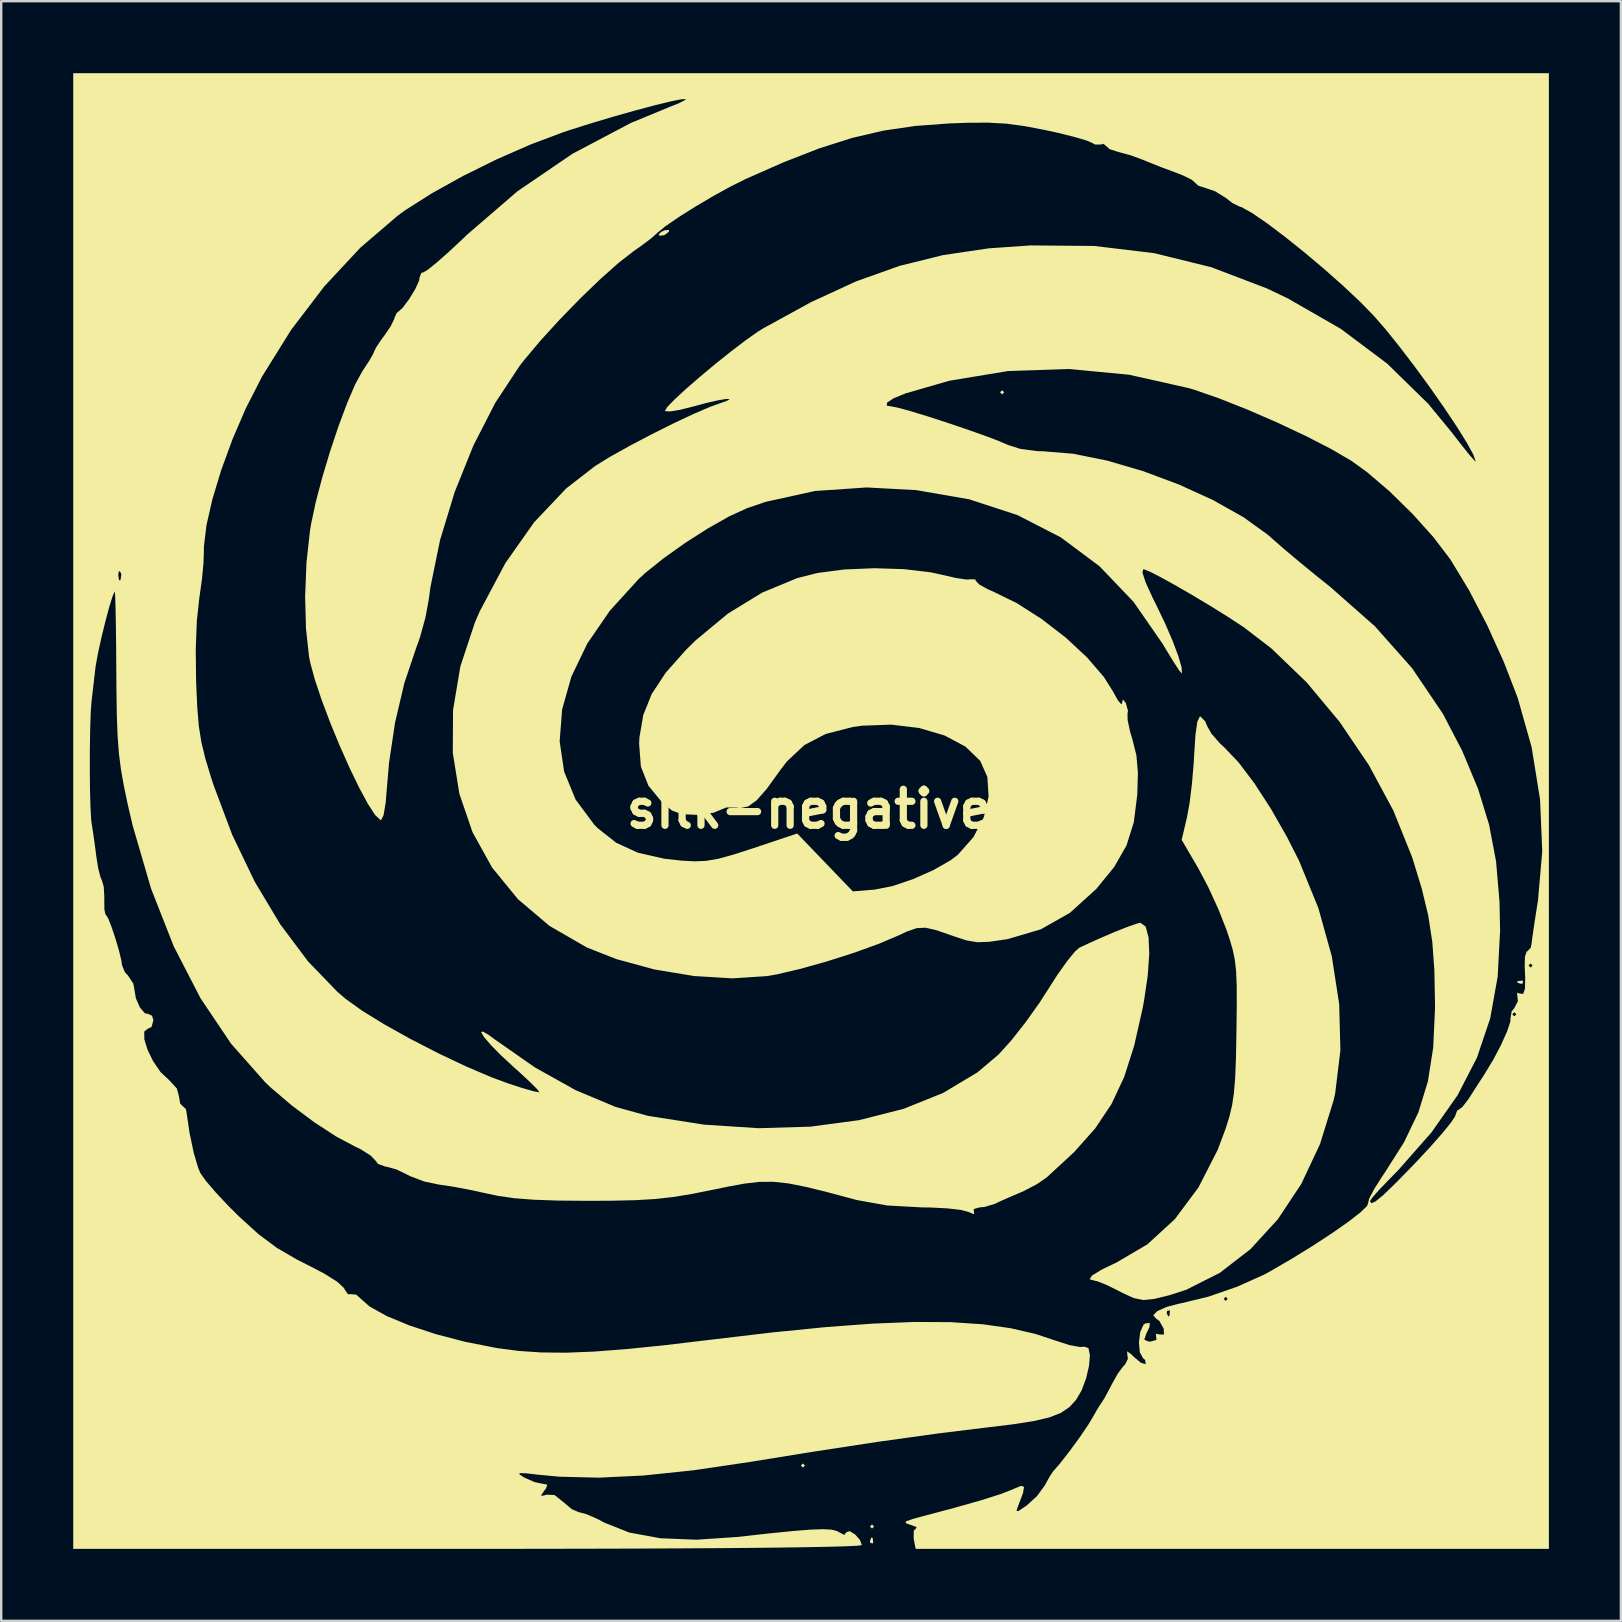
<source format=kicad_pcb>
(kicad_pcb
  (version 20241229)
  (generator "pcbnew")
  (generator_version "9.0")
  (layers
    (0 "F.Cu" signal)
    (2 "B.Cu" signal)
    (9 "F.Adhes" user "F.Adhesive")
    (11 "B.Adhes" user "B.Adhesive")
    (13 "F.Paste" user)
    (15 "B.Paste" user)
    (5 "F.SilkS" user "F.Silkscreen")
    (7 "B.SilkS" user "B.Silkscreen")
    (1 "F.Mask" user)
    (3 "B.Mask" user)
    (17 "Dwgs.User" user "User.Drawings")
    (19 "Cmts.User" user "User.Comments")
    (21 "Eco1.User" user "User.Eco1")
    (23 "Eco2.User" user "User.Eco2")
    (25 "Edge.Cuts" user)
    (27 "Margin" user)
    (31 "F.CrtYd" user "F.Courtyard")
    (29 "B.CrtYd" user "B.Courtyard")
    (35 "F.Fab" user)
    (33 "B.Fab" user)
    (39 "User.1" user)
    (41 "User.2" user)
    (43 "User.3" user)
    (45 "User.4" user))
  (footprint "silk-negative"
    (layer "F.Cu")
    (at 30.649 30.649)
    (property "Reference" "silk-negative" (at 0 0 0) (layer "F.SilkS") (effects (font (size 1.5 1.5) (thickness 0.3))))
    (attr board_only exclude_from_pos_files exclude_from_bom)
    (fp_poly (pts (xy -0.169 27.347) (xy -0.254 27.432) (xy -0.339 27.347) (xy -0.254 27.263)) (stroke (width 0) (type solid)) (fill yes) (layer "F.SilkS"))
    (fp_poly (pts (xy 2.709 29.887) (xy 2.625 29.972) (xy 2.54 29.887) (xy 2.625 29.803)) (stroke (width 0) (type solid)) (fill yes) (layer "F.SilkS"))
    (fp_poly (pts (xy 8.128 -17.357) (xy 8.043 -17.272) (xy 7.959 -17.357) (xy 8.043 -17.441)) (stroke (width 0) (type solid)) (fill yes) (layer "F.SilkS"))
    (fp_poly (pts (xy 2.653 30.367) (xy 2.673 30.568) (xy 2.653 30.593) (xy 2.552 30.57) (xy 2.54 30.48) (xy 2.602 30.341)) (stroke (width 0) (type solid)) (fill yes) (layer "F.SilkS"))
    (fp_poly (pts (xy 29.746 7.168) (xy 29.723 7.269) (xy 29.633 7.281) (xy 29.494 7.219) (xy 29.52 7.168) (xy 29.721 7.148)) (stroke (width 0) (type solid)) (fill yes) (layer "F.SilkS"))
    (fp_poly (pts (xy -5.843 -24.043) (xy -6.024 -23.903) (xy -6.218 -23.879) (xy -6.265 -23.943) (xy -6.133 -24.051) (xy -6.003 -24.11) (xy -5.828 -24.122)) (stroke (width 0) (type solid)) (fill yes) (layer "F.SilkS"))
    (fp_poly (pts (xy 16.505 -3.649) (xy 16.59 -3.445) (xy 16.766 -3.136) (xy 17.112 -2.74) (xy 17.313 -2.552) (xy 17.896 -1.939) (xy 18.552 -1.071) (xy 19.239 -0.012) (xy 19.915 1.174) (xy 20.415 2.162) (xy 21.217 4.125) (xy 21.776 6.132) (xy 22.084 8.126) (xy 22.135 10.048) (xy 21.918 11.842) (xy 21.855 12.124) (xy 21.287 13.955) (xy 20.503 15.621) (xy 19.529 17.09) (xy 18.389 18.334) (xy 17.11 19.322) (xy 15.716 20.025) (xy 15.011 20.253) (xy 14.373 20.409) (xy 13.926 20.453) (xy 13.534 20.375) (xy 13.065 20.161) (xy 12.869 20.058) (xy 12.39 19.823) (xy 12.015 19.674) (xy 11.896 19.647) (xy 11.688 19.588) (xy 11.794 19.429) (xy 12.205 19.179) (xy 12.807 18.891) (xy 14.097 18.132) (xy 15.242 17.081) (xy 16.224 15.761) (xy 17.025 14.195) (xy 17.35 13.327) (xy 17.508 12.822) (xy 17.623 12.345) (xy 17.701 11.822) (xy 17.753 11.182) (xy 17.785 10.351) (xy 17.805 9.256) (xy 17.806 9.22) (xy 17.818 8.154) (xy 17.815 7.356) (xy 17.79 6.752) (xy 17.736 6.272) (xy 17.645 5.843) (xy 17.511 5.393) (xy 17.382 5.012) (xy 17.051 4.17) (xy 16.631 3.255) (xy 16.221 2.48) (xy 15.523 1.285) (xy 15.745 0.346) (xy 15.853 -0.255) (xy 15.952 -1.057) (xy 16.025 -1.92) (xy 16.043 -2.252) (xy 16.099 -3.108) (xy 16.176 -3.636) (xy 16.275 -3.846) (xy 16.31 -3.849)) (stroke (width 0) (type solid)) (fill yes) (layer "F.SilkS"))
    (fp_poly (pts (xy 30.819 0.085) (xy 30.819 30.819) (xy 17.63 30.819) (xy 4.442 30.819) (xy 4.361 30.395) (xy 4.363 30.067) (xy 4.468 29.955) (xy 4.474 29.907) (xy 4.233 29.82) (xy 4.023 29.743) (xy 4.049 29.668) (xy 4.346 29.565) (xy 4.657 29.482) (xy 6.083 29.102) (xy 7.189 28.788) (xy 7.988 28.534) (xy 8.492 28.338) (xy 8.533 28.318) (xy 8.834 28.193) (xy 8.957 28.235) (xy 8.915 28.492) (xy 8.719 29.008) (xy 8.709 29.032) (xy 8.641 29.234) (xy 8.717 29.245) (xy 8.997 29.061) (xy 9.077 29.004) (xy 9.5 28.615) (xy 9.822 28.175) (xy 9.827 28.166) (xy 10.025 27.806) (xy 10.158 27.603) (xy 10.16 27.601) (xy 10.457 27.26) (xy 10.856 26.747) (xy 11.273 26.176) (xy 11.624 25.66) (xy 11.781 25.4) (xy 12.009 25.003) (xy 12.169 24.751) (xy 12.192 24.723) (xy 12.313 24.531) (xy 12.519 24.149) (xy 12.614 23.961) (xy 12.864 23.517) (xy 13.093 23.208) (xy 13.157 23.152) (xy 13.283 22.904) (xy 13.261 22.729) (xy 13.248 22.589) (xy 13.413 22.704) (xy 13.539 22.829) (xy 13.827 23.068) (xy 14.016 23.122) (xy 14.024 23.116) (xy 14.003 22.953) (xy 13.916 22.879) (xy 13.779 22.63) (xy 13.743 22.215) (xy 13.798 21.783) (xy 13.935 21.48) (xy 14.004 21.431) (xy 14.195 21.405) (xy 14.18 21.583) (xy 14.049 21.855) (xy 13.965 22.105) (xy 14.14 22.181) (xy 14.228 22.183) (xy 14.474 22.115) (xy 14.46 21.985) (xy 14.452 21.856) (xy 14.6 21.887) (xy 14.787 21.892) (xy 14.774 21.648) (xy 14.774 21.648) (xy 14.595 21.326) (xy 14.447 21.216) (xy 14.341 21.085) (xy 14.427 20.997) (xy 14.901 20.997) (xy 14.963 21.137) (xy 15.014 21.11) (xy 15.034 20.909) (xy 15.014 20.884) (xy 14.914 20.908) (xy 14.901 20.997) (xy 14.427 20.997) (xy 14.507 20.916) (xy 14.887 20.743) (xy 15.421 20.603) (xy 15.494 20.59) (xy 16.261 20.405) (xy 17.272 20.405) (xy 17.357 20.489) (xy 17.441 20.405) (xy 17.357 20.32) (xy 17.272 20.405) (xy 16.261 20.405) (xy 16.624 20.317) (xy 17.839 19.897) (xy 18.958 19.394) (xy 19.221 19.252) (xy 20.14 18.716) (xy 21.018 18.173) (xy 21.812 17.652) (xy 22.478 17.185) (xy 22.971 16.802) (xy 23.247 16.535) (xy 23.285 16.429) (xy 23.333 16.23) (xy 23.54 15.835) (xy 23.866 15.32) (xy 23.96 15.183) (xy 24.786 13.882) (xy 25.384 12.634) (xy 25.779 11.349) (xy 26.001 9.936) (xy 26.076 8.304) (xy 26.076 8.135) (xy 26.05 6.726) (xy 25.963 5.534) (xy 25.794 4.439) (xy 25.526 3.322) (xy 25.141 2.064) (xy 25.115 1.988) (xy 24.341 0.065) (xy 23.32 -1.83) (xy 22.101 -3.631) (xy 20.731 -5.273) (xy 19.258 -6.691) (xy 18.118 -7.566) (xy 17.503 -7.971) (xy 16.79 -8.416) (xy 16.042 -8.866) (xy 15.32 -9.285) (xy 14.688 -9.635) (xy 14.209 -9.882) (xy 13.944 -9.989) (xy 13.927 -9.991) (xy 13.888 -9.85) (xy 14.022 -9.441) (xy 14.323 -8.781) (xy 14.459 -8.509) (xy 14.83 -7.738) (xy 15.147 -7.001) (xy 15.386 -6.365) (xy 15.522 -5.895) (xy 15.532 -5.656) (xy 15.526 -5.648) (xy 15.427 -5.763) (xy 15.2 -6.108) (xy 14.886 -6.619) (xy 14.731 -6.879) (xy 13.518 -8.63) (xy 12.105 -10.108) (xy 10.493 -11.313) (xy 8.681 -12.244) (xy 6.67 -12.901) (xy 4.461 -13.284) (xy 2.402 -13.394) (xy 0.252 -13.248) (xy -1.797 -12.797) (xy -2.578 -12.533) (xy -3.315 -12.195) (xy -4.204 -11.693) (xy -5.15 -11.089) (xy -6.055 -10.447) (xy -6.822 -9.831) (xy -7.08 -9.595) (xy -8.291 -8.266) (xy -9.232 -6.898) (xy -9.898 -5.515) (xy -10.284 -4.147) (xy -10.387 -2.819) (xy -10.201 -1.559) (xy -9.722 -0.393) (xy -8.946 0.652) (xy -8.803 0.797) (xy -8.032 1.406) (xy -7.127 1.821) (xy -6.017 2.073) (xy -5.334 2.148) (xy -4.767 2.18) (xy -4.277 2.159) (xy -3.766 2.07) (xy -3.132 1.895) (xy -2.32 1.632) (xy -0.492 1.02) (xy 0.667 2.226) (xy 1.826 3.432) (xy 2.743 3.356) (xy 3.469 3.213) (xy 4.325 2.925) (xy 5.18 2.546) (xy 5.904 2.132) (xy 6.199 1.907) (xy 6.849 1.172) (xy 7.282 0.338) (xy 7.481 -0.523) (xy 7.428 -1.339) (xy 7.13 -2.007) (xy 6.515 -2.601) (xy 5.649 -3.062) (xy 4.598 -3.372) (xy 3.429 -3.514) (xy 2.207 -3.47) (xy 1.82 -3.415) (xy 0.694 -3.126) (xy -0.196 -2.662) (xy -0.927 -1.976) (xy -1.237 -1.564) (xy -1.766 -0.832) (xy -2.182 -0.36) (xy -2.532 -0.108) (xy -2.865 -0.037) (xy -3.035 -0.057) (xy -3.443 -0.064) (xy -3.697 0.039) (xy -3.968 0.153) (xy -4.442 0.227) (xy -4.726 0.242) (xy -5.298 0.213) (xy -5.701 0.067) (xy -6.099 -0.254) (xy -6.687 -0.967) (xy -7.003 -1.765) (xy -7.077 -2.73) (xy -7.063 -2.986) (xy -6.904 -3.914) (xy -6.551 -4.792) (xy -5.97 -5.676) (xy -5.129 -6.624) (xy -4.719 -7.028) (xy -3.379 -8.139) (xy -1.949 -9.014) (xy -0.496 -9.617) (xy 0.352 -9.832) (xy 1.478 -9.978) (xy 2.72 -10.03) (xy 3.954 -9.991) (xy 5.053 -9.862) (xy 5.552 -9.754) (xy 6.124 -9.622) (xy 6.569 -9.558) (xy 6.779 -9.571) (xy 6.931 -9.563) (xy 6.943 -9.511) (xy 7.086 -9.357) (xy 7.446 -9.155) (xy 7.648 -9.068) (xy 8.656 -8.575) (xy 9.696 -7.911) (xy 10.697 -7.137) (xy 11.583 -6.313) (xy 12.283 -5.5) (xy 12.655 -4.907) (xy 12.867 -4.528) (xy 13.006 -4.364) (xy 13.039 -4.403) (xy 13.07 -4.566) (xy 13.193 -4.422) (xy 13.195 -4.418) (xy 13.286 -4.094) (xy 13.267 -3.973) (xy 13.272 -3.706) (xy 13.37 -3.242) (xy 13.475 -2.888) (xy 13.638 -2.235) (xy 13.7 -1.513) (xy 13.674 -0.597) (xy 13.53 0.549) (xy 13.226 1.517) (xy 12.712 2.416) (xy 11.969 3.327) (xy 10.869 4.324) (xy 9.657 5.012) (xy 8.293 5.414) (xy 8.166 5.436) (xy 7.493 5.533) (xy 7.006 5.549) (xy 6.563 5.474) (xy 6.018 5.296) (xy 5.956 5.273) (xy 5.303 5.047) (xy 4.85 4.944) (xy 4.48 4.963) (xy 4.079 5.103) (xy 3.752 5.256) (xy 2.927 5.608) (xy 1.891 5.983) (xy 0.758 6.345) (xy -0.355 6.658) (xy -1.333 6.887) (xy -1.739 6.959) (xy -3.187 7.054) (xy -4.79 6.957) (xy -6.44 6.683) (xy -8.028 6.251) (xy -9.251 5.769) (xy -10.808 4.871) (xy -12.127 3.752) (xy -13.199 2.441) (xy -14.014 0.97) (xy -14.564 -0.634) (xy -14.838 -2.34) (xy -14.828 -4.118) (xy -14.523 -5.94) (xy -13.915 -7.776) (xy -13.712 -8.24) (xy -12.652 -10.236) (xy -11.45 -11.944) (xy -10.113 -13.354) (xy -8.908 -14.289) (xy -8.283 -14.673) (xy -7.475 -15.124) (xy -6.568 -15.602) (xy -5.647 -16.062) (xy -4.798 -16.461) (xy -4.107 -16.757) (xy -3.981 -16.802) (xy 3.239 -16.802) (xy 3.459 -16.764) (xy 3.736 -16.71) (xy 4.256 -16.565) (xy 4.943 -16.355) (xy 5.721 -16.103) (xy 6.515 -15.835) (xy 7.249 -15.577) (xy 7.847 -15.353) (xy 8.235 -15.188) (xy 8.255 -15.177) (xy 8.788 -15.004) (xy 9.49 -14.909) (xy 9.771 -14.9) (xy 11.015 -14.797) (xy 12.424 -14.511) (xy 13.918 -14.073) (xy 15.415 -13.514) (xy 16.835 -12.865) (xy 18.096 -12.156) (xy 19.117 -11.42) (xy 19.302 -11.257) (xy 19.748 -10.865) (xy 20.373 -10.338) (xy 21.09 -9.75) (xy 21.712 -9.252) (xy 23.567 -7.616) (xy 25.121 -5.866) (xy 26.406 -3.966) (xy 27.21 -2.42) (xy 27.866 -0.848) (xy 28.328 0.65) (xy 28.619 2.182) (xy 28.762 3.857) (xy 28.787 5.07) (xy 28.687 6.98) (xy 28.373 8.727) (xy 27.823 10.358) (xy 27.016 11.923) (xy 25.931 13.468) (xy 24.545 15.043) (xy 24.172 15.424) (xy 23.766 15.845) (xy 23.477 16.17) (xy 23.368 16.328) (xy 23.42 16.422) (xy 23.594 16.349) (xy 23.912 16.089) (xy 24.401 15.62) (xy 25.082 14.923) (xy 25.286 14.711) (xy 25.879 14.075) (xy 26.376 13.511) (xy 26.735 13.07) (xy 26.913 12.803) (xy 26.924 12.764) (xy 27.002 12.552) (xy 27.057 12.531) (xy 27.225 12.401) (xy 27.471 12.081) (xy 27.522 12.002) (xy 27.842 11.5) (xy 28.146 11.032) (xy 28.148 11.028) (xy 28.504 10.441) (xy 28.826 9.827) (xy 29.076 9.271) (xy 29.214 8.858) (xy 29.223 8.694) (xy 29.248 8.551) (xy 29.295 8.551) (xy 29.379 8.636) (xy 29.464 8.551) (xy 29.379 8.467) (xy 29.295 8.551) (xy 29.248 8.551) (xy 29.269 8.428) (xy 29.379 8.297) (xy 29.529 8.001) (xy 29.51 7.834) (xy 29.493 7.653) (xy 29.605 7.687) (xy 29.748 7.701) (xy 29.822 7.492) (xy 29.833 7.017) (xy 29.812 6.562) (xy 29.813 6.519) (xy 29.972 6.519) (xy 30.057 6.604) (xy 30.141 6.519) (xy 30.057 6.435) (xy 29.972 6.519) (xy 29.813 6.519) (xy 29.822 6.154) (xy 29.895 5.937) (xy 29.921 5.927) (xy 30.059 5.786) (xy 30.095 5.63) (xy 30.132 5.337) (xy 30.21 4.803) (xy 30.315 4.125) (xy 30.365 3.81) (xy 30.543 1.763) (xy 30.452 -0.394) (xy 30.101 -2.575) (xy 29.519 -4.634) (xy 28.941 -6.129) (xy 28.249 -7.658) (xy 27.499 -9.102) (xy 26.751 -10.34) (xy 26.702 -10.414) (xy 26.009 -11.325) (xy 25.14 -12.293) (xy 24.187 -13.227) (xy 23.245 -14.033) (xy 22.596 -14.502) (xy 21.759 -14.991) (xy 20.694 -15.539) (xy 19.494 -16.103) (xy 18.254 -16.641) (xy 17.067 -17.11) (xy 16.029 -17.47) (xy 15.833 -17.529) (xy 13.331 -18.09) (xy 10.809 -18.329) (xy 8.302 -18.245) (xy 5.844 -17.839) (xy 4.022 -17.313) (xy 3.522 -17.107) (xy 3.25 -16.927) (xy 3.239 -16.802) (xy -3.981 -16.802) (xy -3.81 -16.864) (xy -3.413 -17.005) (xy -3.304 -17.076) (xy -3.441 -17.082) (xy -3.78 -17.026) (xy -4.28 -16.912) (xy -4.782 -16.777) (xy -5.356 -16.632) (xy -5.791 -16.56) (xy -5.998 -16.575) (xy -6.002 -16.579) (xy -5.913 -16.735) (xy -5.607 -17.052) (xy -5.137 -17.487) (xy -4.553 -17.994) (xy -3.909 -18.532) (xy -3.256 -19.054) (xy -2.648 -19.518) (xy -2.135 -19.88) (xy -1.914 -20.018) (xy 0.095 -21.119) (xy 1.966 -21.98) (xy 3.772 -22.624) (xy 5.589 -23.074) (xy 7.491 -23.355) (xy 9.229 -23.476) (xy 11.886 -23.453) (xy 14.382 -23.153) (xy 16.762 -22.567) (xy 19.072 -21.685) (xy 19.942 -21.27) (xy 22.149 -20.003) (xy 24.089 -18.548) (xy 25.791 -16.882) (xy 26.768 -15.695) (xy 27.191 -15.148) (xy 27.525 -14.733) (xy 27.729 -14.504) (xy 27.771 -14.48) (xy 27.671 -14.766) (xy 27.396 -15.266) (xy 26.981 -15.932) (xy 26.46 -16.711) (xy 25.87 -17.555) (xy 25.244 -18.412) (xy 24.619 -19.232) (xy 24.03 -19.966) (xy 23.537 -20.533) (xy 22.95 -21.135) (xy 22.232 -21.809) (xy 21.435 -22.514) (xy 20.609 -23.209) (xy 19.805 -23.852) (xy 19.073 -24.404) (xy 18.465 -24.821) (xy 18.031 -25.064) (xy 17.913 -25.104) (xy 17.64 -25.241) (xy 17.363 -25.454) (xy 16.923 -25.728) (xy 16.552 -25.856) (xy 16.215 -25.966) (xy 16.087 -26.084) (xy 15.942 -26.213) (xy 15.571 -26.395) (xy 15.282 -26.507) (xy 14.68 -26.732) (xy 14.114 -26.958) (xy 13.941 -27.031) (xy 13.391 -27.233) (xy 12.883 -27.37) (xy 12.521 -27.487) (xy 12.362 -27.626) (xy 12.361 -27.632) (xy 12.255 -27.712) (xy 12.185 -27.681) (xy 11.917 -27.677) (xy 11.799 -27.745) (xy 11.555 -27.849) (xy 11.056 -27.995) (xy 10.384 -28.162) (xy 9.817 -28.286) (xy 8.96 -28.449) (xy 8.22 -28.548) (xy 7.474 -28.59) (xy 6.6 -28.585) (xy 5.842 -28.557) (xy 4.43 -28.453) (xy 3.106 -28.259) (xy 1.796 -27.954) (xy 0.425 -27.518) (xy -1.083 -26.929) (xy -2.625 -26.249) (xy -3.264 -25.931) (xy -3.996 -25.528) (xy -4.744 -25.086) (xy -5.432 -24.652) (xy -5.984 -24.273) (xy -6.323 -23.997) (xy -6.35 -23.968) (xy -6.578 -23.768) (xy -6.984 -23.462) (xy -7.305 -23.237) (xy -7.925 -22.756) (xy -8.69 -22.076) (xy -9.533 -21.263) (xy -10.389 -20.383) (xy -11.192 -19.503) (xy -11.876 -18.689) (xy -12.056 -18.457) (xy -13.069 -16.918) (xy -13.982 -15.137) (xy -14.759 -13.204) (xy -15.367 -11.208) (xy -15.77 -9.239) (xy -15.839 -8.721) (xy -15.978 -7.973) (xy -16.204 -7.152) (xy -16.37 -6.689) (xy -16.855 -5.248) (xy -17.24 -3.615) (xy -17.494 -1.927) (xy -17.561 -1.138) (xy -17.632 -0.285) (xy -17.719 0.25) (xy -17.822 0.458) (xy -17.848 0.458) (xy -18.071 0.252) (xy -18.377 -0.219) (xy -18.742 -0.896) (xy -19.142 -1.723) (xy -19.551 -2.642) (xy -19.944 -3.597) (xy -20.296 -4.531) (xy -20.583 -5.386) (xy -20.778 -6.106) (xy -20.825 -6.339) (xy -20.953 -7.503) (xy -20.989 -8.855) (xy -20.933 -10.26) (xy -20.788 -11.581) (xy -20.745 -11.847) (xy -20.551 -12.764) (xy -20.277 -13.805) (xy -19.95 -14.895) (xy -19.594 -15.959) (xy -19.235 -16.919) (xy -18.898 -17.702) (xy -18.608 -18.23) (xy -18.606 -18.233) (xy -18.327 -18.659) (xy -18.151 -18.965) (xy -18.119 -19.049) (xy -18.025 -19.24) (xy -17.791 -19.585) (xy -17.695 -19.712) (xy -17.428 -20.103) (xy -17.282 -20.398) (xy -17.272 -20.449) (xy -17.17 -20.669) (xy -17.139 -20.687) (xy -16.923 -20.881) (xy -16.651 -21.247) (xy -16.398 -21.664) (xy -16.24 -22.012) (xy -16.222 -22.14) (xy -16.147 -22.333) (xy -16.068 -22.352) (xy -15.877 -22.464) (xy -15.497 -22.771) (xy -14.98 -23.229) (xy -14.377 -23.794) (xy -14.24 -23.926) (xy -12.148 -25.729) (xy -9.857 -27.291) (xy -7.424 -28.576) (xy -5.881 -29.214) (xy -5.435 -29.393) (xy -5.168 -29.527) (xy -5.131 -29.571) (xy -5.323 -29.564) (xy -5.778 -29.472) (xy -6.437 -29.311) (xy -7.238 -29.097) (xy -8.122 -28.848) (xy -9.028 -28.578) (xy -9.897 -28.304) (xy -10.245 -28.189) (xy -11.58 -27.688) (xy -12.998 -27.067) (xy -14.404 -26.372) (xy -15.705 -25.651) (xy -16.805 -24.952) (xy -17.128 -24.719) (xy -18.692 -23.378) (xy -20.191 -21.769) (xy -21.571 -19.96) (xy -22.777 -18.024) (xy -23.459 -16.692) (xy -24.011 -15.411) (xy -24.482 -14.125) (xy -24.852 -12.903) (xy -25.1 -11.814) (xy -25.206 -10.928) (xy -25.207 -10.708) (xy -25.224 -10.224) (xy -25.29 -9.548) (xy -25.391 -8.823) (xy -25.398 -8.782) (xy -25.499 -7.845) (xy -25.545 -6.666) (xy -25.531 -5.339) (xy -25.527 -5.226) (xy -25.482 -4.231) (xy -25.418 -3.459) (xy -25.313 -2.793) (xy -25.15 -2.118) (xy -24.908 -1.317) (xy -24.811 -1.018) (xy -24.027 1.072) (xy -23.089 3.027) (xy -22.026 4.801) (xy -20.869 6.346) (xy -19.645 7.615) (xy -19.294 7.915) (xy -18.609 8.405) (xy -17.687 8.973) (xy -16.607 9.575) (xy -15.449 10.171) (xy -14.294 10.719) (xy -13.22 11.177) (xy -12.544 11.427) (xy -11.947 11.621) (xy -11.489 11.753) (xy -11.249 11.801) (xy -11.233 11.798) (xy -11.326 11.669) (xy -11.62 11.374) (xy -12.061 10.965) (xy -12.277 10.771) (xy -12.822 10.268) (xy -13.248 9.835) (xy -13.533 9.503) (xy -13.656 9.303) (xy -13.595 9.265) (xy -13.328 9.421) (xy -13.105 9.586) (xy -11.419 10.763) (xy -9.718 11.713) (xy -8.058 12.409) (xy -6.706 12.782) (xy -4.369 13.148) (xy -2.105 13.296) (xy 0.055 13.232) (xy 2.08 12.962) (xy 3.936 12.491) (xy 5.593 11.825) (xy 7.018 10.969) (xy 7.9 10.223) (xy 8.428 9.638) (xy 9.028 8.876) (xy 9.611 8.055) (xy 9.913 7.585) (xy 10.346 6.909) (xy 10.752 6.337) (xy 11.079 5.936) (xy 11.259 5.778) (xy 11.983 5.444) (xy 12.68 5.143) (xy 13.273 4.907) (xy 13.684 4.766) (xy 13.811 4.741) (xy 14.023 4.898) (xy 14.144 5.342) (xy 14.173 6.033) (xy 14.11 6.933) (xy 13.953 8.001) (xy 13.899 8.29) (xy 13.545 9.86) (xy 13.126 11.169) (xy 12.598 12.293) (xy 11.918 13.308) (xy 11.043 14.292) (xy 9.929 15.32) (xy 9.871 15.369) (xy 9.479 15.635) (xy 8.948 15.912) (xy 8.771 15.99) (xy 8.263 16.207) (xy 7.85 16.393) (xy 7.749 16.443) (xy 7.326 16.573) (xy 7.104 16.595) (xy 6.864 16.662) (xy 6.868 16.781) (xy 6.88 16.882) (xy 6.647 16.787) (xy 6.636 16.781) (xy 6.317 16.698) (xy 5.757 16.635) (xy 5.054 16.599) (xy 4.707 16.595) (xy 3.264 16.516) (xy 2.001 16.29) (xy 1.944 16.275) (xy 0.779 15.964) (xy -0.133 15.739) (xy -0.862 15.595) (xy -1.481 15.528) (xy -2.062 15.532) (xy -2.677 15.602) (xy -3.398 15.734) (xy -3.997 15.858) (xy -4.887 16.036) (xy -5.657 16.162) (xy -6.402 16.245) (xy -7.219 16.294) (xy -8.203 16.316) (xy -9.144 16.321) (xy -10.434 16.311) (xy -11.456 16.276) (xy -12.277 16.212) (xy -12.966 16.112) (xy -13.377 16.026) (xy -14.119 15.865) (xy -14.846 15.728) (xy -15.403 15.646) (xy -15.407 15.646) (xy -16.029 15.515) (xy -16.616 15.294) (xy -16.729 15.233) (xy -17.186 15.013) (xy -17.579 14.904) (xy -17.626 14.901) (xy -17.947 14.788) (xy -18.057 14.647) (xy -18.261 14.434) (xy -18.667 14.178) (xy -18.919 14.055) (xy -19.701 13.639) (xy -20.611 13.046) (xy -21.546 12.347) (xy -22.405 11.617) (xy -22.649 11.386) (xy -24.071 9.78) (xy -25.345 7.886) (xy -26.46 5.724) (xy -27.407 3.315) (xy -28.175 0.679) (xy -28.38 -0.201) (xy -28.542 -0.974) (xy -28.661 -1.651) (xy -28.745 -2.31) (xy -28.8 -3.029) (xy -28.832 -3.886) (xy -28.849 -4.958) (xy -28.854 -5.7) (xy -28.861 -6.73) (xy -28.872 -7.631) (xy -28.886 -8.353) (xy -28.9 -8.846) (xy -28.916 -9.062) (xy -28.919 -9.067) (xy -29.013 -8.854) (xy -29.153 -8.399) (xy -29.315 -7.793) (xy -29.477 -7.127) (xy -29.617 -6.491) (xy -29.711 -5.975) (xy -29.729 -5.843) (xy -29.799 -5.227) (xy -29.865 -4.663) (xy -29.886 -4.487) (xy -29.92 -4.018) (xy -29.943 -3.326) (xy -29.956 -2.497) (xy -29.958 -1.618) (xy -29.95 -0.776) (xy -29.93 -0.058) (xy -29.901 0.45) (xy -29.883 0.593) (xy -29.808 1.073) (xy -29.723 1.691) (xy -29.691 1.947) (xy -29.608 2.471) (xy -29.508 2.857) (xy -29.458 2.963) (xy -29.378 3.233) (xy -29.352 3.678) (xy -29.355 3.768) (xy -29.352 4.176) (xy -29.307 4.392) (xy -29.29 4.403) (xy -29.196 4.549) (xy -29.05 4.919) (xy -28.887 5.409) (xy -28.739 5.913) (xy -28.64 6.328) (xy -28.617 6.505) (xy -28.498 6.796) (xy -28.363 6.943) (xy -28.146 7.273) (xy -28.109 7.463) (xy -28.04 7.881) (xy -27.871 8.267) (xy -27.664 8.509) (xy -27.532 8.534) (xy -27.365 8.61) (xy -27.31 8.801) (xy -27.389 9.083) (xy -27.53 9.144) (xy -27.691 9.269) (xy -27.687 9.591) (xy -27.552 10.032) (xy -27.318 10.511) (xy -27.017 10.95) (xy -26.68 11.269) (xy -26.666 11.279) (xy -26.33 11.645) (xy -26.247 11.957) (xy -26.196 12.266) (xy -26.106 12.361) (xy -25.958 12.497) (xy -25.939 12.573) (xy -25.801 13.503) (xy -25.627 14.332) (xy -25.439 14.964) (xy -25.35 15.171) (xy -25.122 15.492) (xy -24.712 15.971) (xy -24.182 16.535) (xy -23.765 16.952) (xy -22.934 17.708) (xy -22.162 18.284) (xy -21.312 18.777) (xy -20.933 18.967) (xy -20.186 19.356) (xy -19.65 19.694) (xy -19.373 19.951) (xy -19.347 20.005) (xy -19.206 20.213) (xy -19.09 20.208) (xy -18.858 20.23) (xy -18.728 20.349) (xy -18.299 20.727) (xy -17.588 21.121) (xy -16.652 21.51) (xy -15.546 21.874) (xy -14.326 22.193) (xy -13.047 22.445) (xy -12.956 22.46) (xy -12.079 22.575) (xy -11.154 22.637) (xy -10.134 22.647) (xy -8.972 22.602) (xy -7.621 22.499) (xy -6.033 22.338) (xy -4.163 22.115) (xy -4.059 22.103) (xy -1.527 21.803) (xy 0.705 21.581) (xy 2.666 21.435) (xy 4.385 21.367) (xy 5.891 21.375) (xy 7.214 21.461) (xy 8.383 21.624) (xy 9.428 21.865) (xy 10.301 22.154) (xy 10.842 22.328) (xy 11.283 22.41) (xy 11.469 22.398) (xy 11.639 22.455) (xy 11.7 22.747) (xy 11.665 23.191) (xy 11.546 23.708) (xy 11.356 24.215) (xy 11.125 24.609) (xy 10.845 24.915) (xy 10.495 25.153) (xy 10.02 25.34) (xy 9.365 25.495) (xy 8.473 25.633) (xy 7.521 25.748) (xy 5.359 26.013) (xy 2.888 26.357) (xy 0.099 26.783) (xy -2.455 27.197) (xy -4.825 27.547) (xy -6.918 27.765) (xy -8.765 27.853) (xy -10.402 27.812) (xy -11.261 27.731) (xy -11.804 27.669) (xy -12.056 27.663) (xy -12.058 27.721) (xy -11.853 27.852) (xy -11.429 28.038) (xy -11.113 28.103) (xy -10.899 28.143) (xy -10.959 28.306) (xy -11.028 28.395) (xy -11.169 28.598) (xy -11.055 28.601) (xy -10.944 28.562) (xy -10.601 28.575) (xy -10.232 28.869) (xy -9.887 29.161) (xy -9.583 29.294) (xy -9.566 29.295) (xy -9.269 29.374) (xy -8.809 29.575) (xy -8.516 29.729) (xy -7.49 30.138) (xy -6.205 30.376) (xy -4.693 30.438) (xy -3.003 30.324) (xy -1.703 30.179) (xy -0.698 30.078) (xy 0.051 30.018) (xy 0.585 29.999) (xy 0.943 30.019) (xy 1.165 30.075) (xy 1.255 30.129) (xy 1.469 30.238) (xy 1.557 30.126) (xy 1.694 30.079) (xy 1.92 30.217) (xy 2.124 30.449) (xy 2.201 30.661) (xy 2.034 30.687) (xy 1.543 30.711) (xy 0.741 30.733) (xy -0.357 30.753) (xy -1.737 30.771) (xy -3.386 30.786) (xy -5.288 30.798) (xy -7.429 30.808) (xy -9.796 30.814) (xy -12.375 30.818) (xy -14.224 30.819) (xy -30.649 30.819) (xy -30.649 0.085) (xy -30.649 -9.751) (xy -28.773 -9.751) (xy -28.742 -9.531) (xy -28.684 -9.529) (xy -28.644 -9.755) (xy -28.671 -9.853) (xy -28.746 -9.917) (xy -28.773 -9.751) (xy -30.649 -9.751) (xy -30.649 -30.649) (xy 0.085 -30.649) (xy 30.819 -30.649)) (stroke (width 0) (type solid)) (fill yes) (layer "F.SilkS")))
  (gr_rect
    (start -3 -3)
    (end 64.468 64.468)
    (stroke (width 0.1) (type default))
    (fill no)
    (layer "Edge.Cuts")))
</source>
